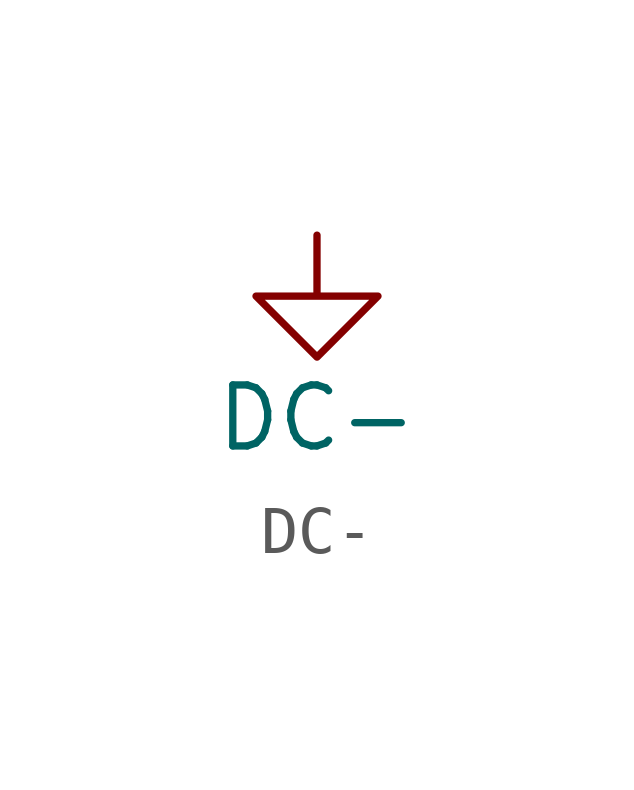
<source format=kicad_sym>
(kicad_symbol_lib
  (version 20211014)
  (generator kicad_symbol_editor)
  (symbol "DC-"
    (power)
    (pin_numbers hide)
    (pin_names
      (offset 0))
    (property "Reference" "#PWR"
      (at 2.54 -2.54 90)
      (effects (font (size 1.27 1.27)) hide))
    (property "Value" "DC-"
      (at 0 -3.81 0)
      (effects (font (size 1.27 1.27))))
    (symbol "DC-_1_1"
      (polyline (pts (xy 0 0) (xy 0 -1.27) (xy 1.27 -1.27) (xy 0 -2.54) (xy -1.27 -1.27) (xy 0 -1.27)) (stroke (width 0) (type default) (color 0 0 0 0)) (fill (type none)))
      (pin power_in line (at 0 0 90) (length 0) hide (name "DC-" (effects (font (size 1.27 1.27)))) (number "1" (effects (font (size 1.27 1.27))))))))
</source>
